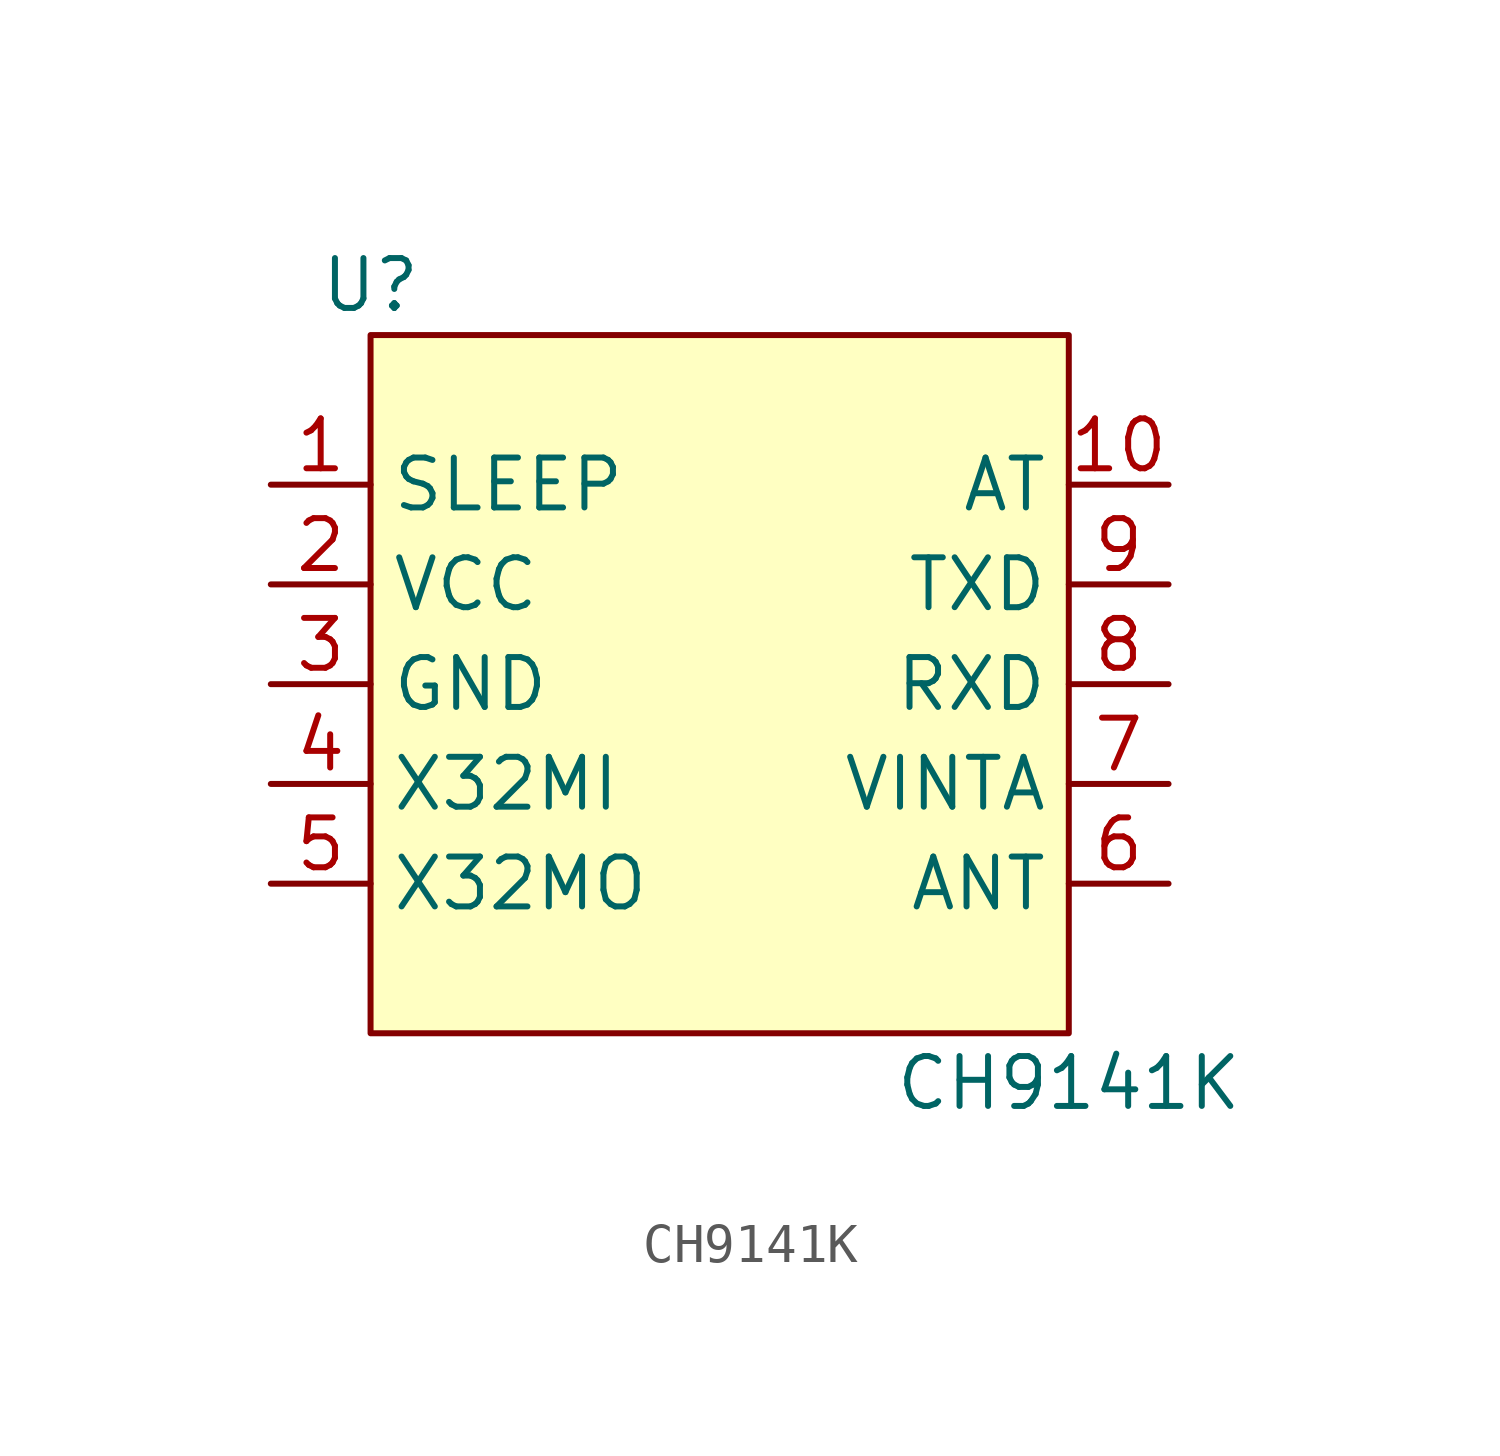
<source format=kicad_sym>
(kicad_symbol_lib
  (version 20211014)
  (generator kicad_symbol_editor)
  (symbol "CH9141K"
    (property "Reference" "U"
      (at -8.89 11.43 0)
      (effects (font (size 1.27 1.27))))
    (property "Value" "CH9141K"
      (at 8.89 -8.89 0)
      (effects (font (size 1.27 1.27))))
    (symbol "CH9141K_0_1"
      (rectangle (start -8.89 10.16) (end 8.89 -7.62) (stroke (width 0) (type default) (color 0 0 0 0)) (fill (type background))))
    (symbol "CH9141K_1_1"
      (pin power_in line (at -11.43 1.27 0) (length 2.54) hide (name "PGND" (effects (font (size 1.27 1.27)))) (number "0" (effects (font (size 1.27 1.27)))))
      (pin input line (at -11.43 6.35 0) (length 2.54) (name "SLEEP" (effects (font (size 1.27 1.27)))) (number "1" (effects (font (size 1.27 1.27)))))
      (pin input line (at 11.43 6.35 180) (length 2.54) (name "AT" (effects (font (size 1.27 1.27)))) (number "10" (effects (font (size 1.27 1.27)))))
      (pin power_in line (at -11.43 3.81 0) (length 2.54) (name "VCC" (effects (font (size 1.27 1.27)))) (number "2" (effects (font (size 1.27 1.27)))))
      (pin power_in line (at -11.43 1.27 0) (length 2.54) (name "GND" (effects (font (size 1.27 1.27)))) (number "3" (effects (font (size 1.27 1.27)))))
      (pin input line (at -11.43 -1.27 0) (length 2.54) (name "X32MI" (effects (font (size 1.27 1.27)))) (number "4" (effects (font (size 1.27 1.27)))))
      (pin output line (at -11.43 -3.81 0) (length 2.54) (name "X32MO" (effects (font (size 1.27 1.27)))) (number "5" (effects (font (size 1.27 1.27)))))
      (pin output line (at 11.43 -3.81 180) (length 2.54) (name "ANT" (effects (font (size 1.27 1.27)))) (number "6" (effects (font (size 1.27 1.27)))))
      (pin power_in line (at 11.43 -1.27 180) (length 2.54) (name "VINTA" (effects (font (size 1.27 1.27)))) (number "7" (effects (font (size 1.27 1.27)))))
      (pin input line (at 11.43 1.27 180) (length 2.54) (name "RXD" (effects (font (size 1.27 1.27)))) (number "8" (effects (font (size 1.27 1.27)))))
      (pin output line (at 11.43 3.81 180) (length 2.54) (name "TXD" (effects (font (size 1.27 1.27)))) (number "9" (effects (font (size 1.27 1.27))))))))
</source>
